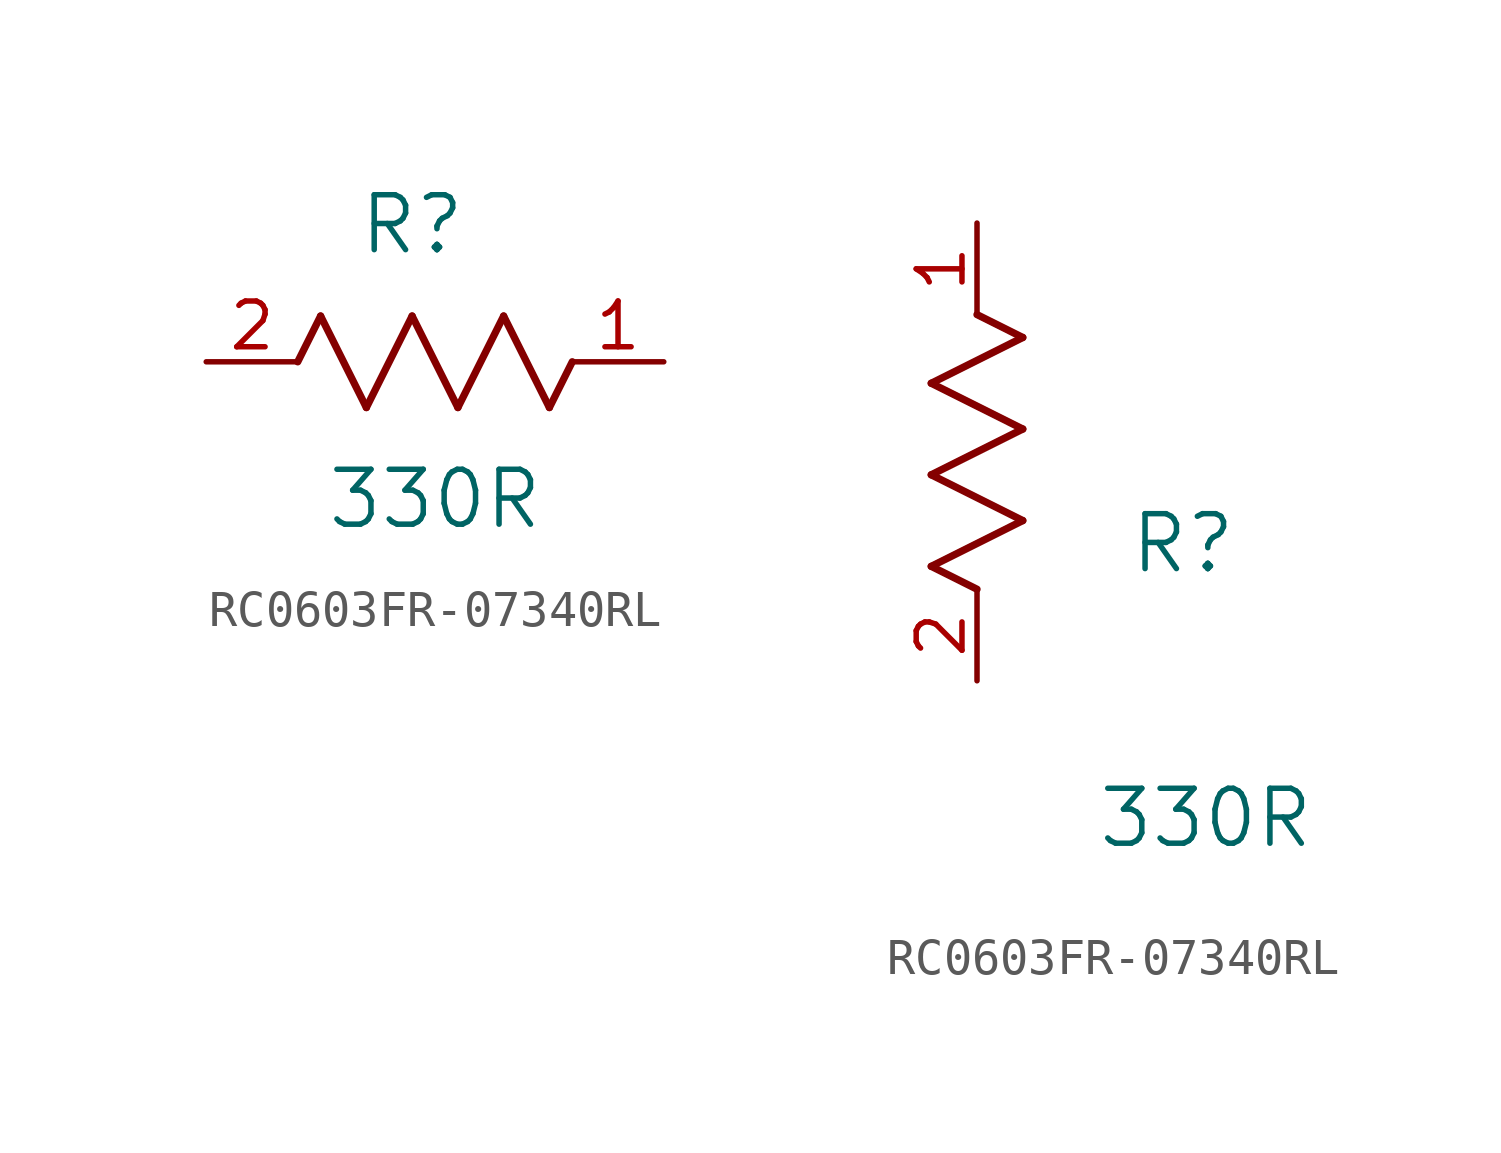
<source format=kicad_sym>
(kicad_symbol_lib
  (version 20231120)
  (generator "kicad_symbol_editor")
  (generator_version "8.0")
  (symbol "RC0603FR-07340RL"
    (pin_names
      (offset 0.254))
    (property "Reference" "R"
      (at 5.715 3.81 0)
      (effects (font (size 1.524 1.524))))
    (property "Value" "330R"
      (at 6.35 -3.81 0)
      (effects (font (size 1.524 1.524))))
    (symbol "RC0603FR-07340RL_1_1"
      (polyline (pts (xy 2.54 0) (xy 3.175 1.27)) (stroke (width 0.203) (type default)) (fill (type none)))
      (polyline (pts (xy 3.175 1.27) (xy 4.445 -1.27)) (stroke (width 0.203) (type default)) (fill (type none)))
      (polyline (pts (xy 4.445 -1.27) (xy 5.715 1.27)) (stroke (width 0.203) (type default)) (fill (type none)))
      (polyline (pts (xy 5.715 1.27) (xy 6.985 -1.27)) (stroke (width 0.203) (type default)) (fill (type none)))
      (polyline (pts (xy 6.985 -1.27) (xy 8.255 1.27)) (stroke (width 0.203) (type default)) (fill (type none)))
      (polyline (pts (xy 8.255 1.27) (xy 9.525 -1.27)) (stroke (width 0.203) (type default)) (fill (type none)))
      (polyline (pts (xy 9.525 -1.27) (xy 10.16 0)) (stroke (width 0.203) (type default)) (fill (type none)))
      (pin unspecified line (at 12.7 0 180) (length 2.54) (name "" (effects (font (size 1.27 1.27)))) (number "1" (effects (font (size 1.27 1.27)))))
      (pin unspecified line (at 0 0 0) (length 2.54) (name "" (effects (font (size 1.27 1.27)))) (number "2" (effects (font (size 1.27 1.27))))))
    (symbol "RC0603FR-07340RL_1_2"
      (polyline (pts (xy -1.27 3.175) (xy 1.27 4.445)) (stroke (width 0.203) (type default)) (fill (type none)))
      (polyline (pts (xy -1.27 5.715) (xy 1.27 6.985)) (stroke (width 0.203) (type default)) (fill (type none)))
      (polyline (pts (xy -1.27 8.255) (xy 1.27 9.525)) (stroke (width 0.203) (type default)) (fill (type none)))
      (polyline (pts (xy 0 2.54) (xy -1.27 3.175)) (stroke (width 0.203) (type default)) (fill (type none)))
      (polyline (pts (xy 1.27 4.445) (xy -1.27 5.715)) (stroke (width 0.203) (type default)) (fill (type none)))
      (polyline (pts (xy 1.27 6.985) (xy -1.27 8.255)) (stroke (width 0.203) (type default)) (fill (type none)))
      (polyline (pts (xy 1.27 9.525) (xy 0 10.16)) (stroke (width 0.203) (type default)) (fill (type none)))
      (pin unspecified line (at 0 12.7 270) (length 2.54) (name "" (effects (font (size 1.27 1.27)))) (number "1" (effects (font (size 1.27 1.27)))))
      (pin unspecified line (at 0 0 90) (length 2.54) (name "" (effects (font (size 1.27 1.27)))) (number "2" (effects (font (size 1.27 1.27))))))))
</source>
